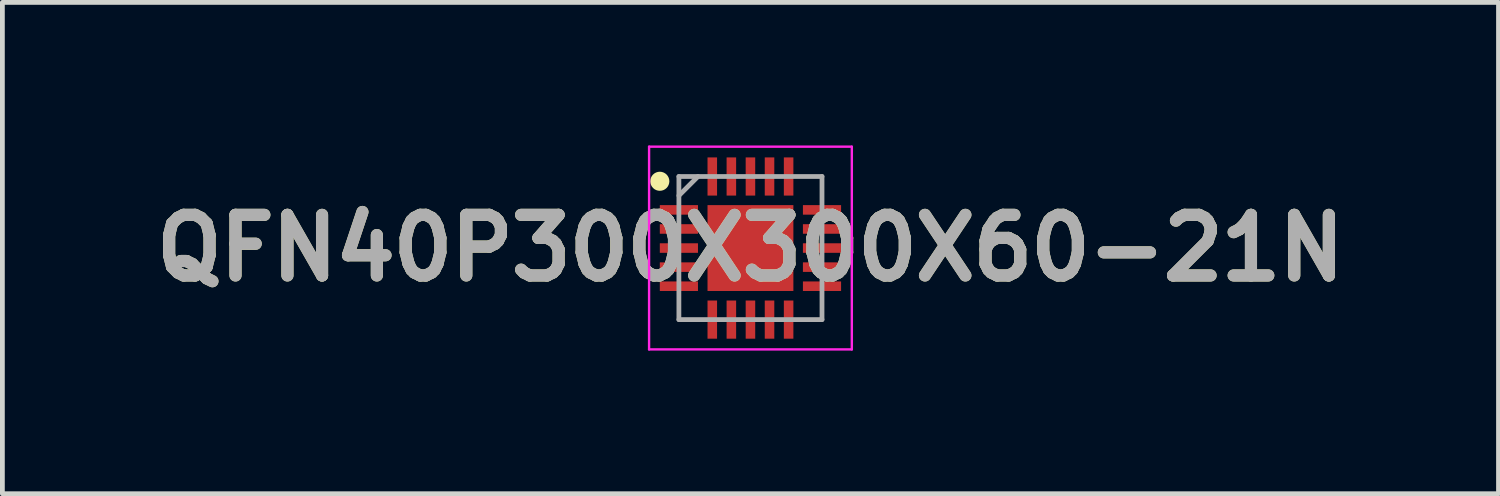
<source format=kicad_pcb>
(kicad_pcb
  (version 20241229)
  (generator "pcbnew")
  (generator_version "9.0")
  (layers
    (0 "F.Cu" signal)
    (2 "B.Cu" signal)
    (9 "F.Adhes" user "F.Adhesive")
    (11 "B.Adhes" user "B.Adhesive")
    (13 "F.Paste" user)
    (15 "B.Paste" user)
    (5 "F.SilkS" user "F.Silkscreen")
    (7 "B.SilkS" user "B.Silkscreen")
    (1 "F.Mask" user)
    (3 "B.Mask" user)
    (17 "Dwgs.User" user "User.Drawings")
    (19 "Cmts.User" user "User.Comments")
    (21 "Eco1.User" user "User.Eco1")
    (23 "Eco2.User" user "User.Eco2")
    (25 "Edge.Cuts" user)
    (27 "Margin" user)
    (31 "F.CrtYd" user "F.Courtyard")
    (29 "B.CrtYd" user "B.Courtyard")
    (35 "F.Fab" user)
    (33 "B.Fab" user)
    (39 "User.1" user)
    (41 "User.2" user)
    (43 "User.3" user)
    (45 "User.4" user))
  (footprint "QFN40P300X300X60-21N"
    (layer "F.Cu")
    (at 12.682 2.15)
    (property "Reference" "QFN40P300X300X60-21N" (at 0 0 0) (layer "F.SilkS") (effects (font (size 1.27 1.27) (thickness 0.254))))
    (attr smd)
    (fp_circle (center -1.9 -1.4) (end -1.9 -1.3) (stroke (width 0.2) (type solid)) (fill no) (layer "F.SilkS"))
    (fp_line (start -2.125 -2.125) (end 2.125 -2.125) (stroke (width 0.05) (type solid)) (layer "F.CrtYd"))
    (fp_line (start -2.125 2.125) (end -2.125 -2.125) (stroke (width 0.05) (type solid)) (layer "F.CrtYd"))
    (fp_line (start 2.125 -2.125) (end 2.125 2.125) (stroke (width 0.05) (type solid)) (layer "F.CrtYd"))
    (fp_line (start 2.125 2.125) (end -2.125 2.125) (stroke (width 0.05) (type solid)) (layer "F.CrtYd"))
    (fp_line (start -1.5 -1.5) (end 1.5 -1.5) (stroke (width 0.1) (type solid)) (layer "F.Fab"))
    (fp_line (start -1.5 -1.1) (end -1.1 -1.5) (stroke (width 0.1) (type solid)) (layer "F.Fab"))
    (fp_line (start -1.5 1.5) (end -1.5 -1.5) (stroke (width 0.1) (type solid)) (layer "F.Fab"))
    (fp_line (start 1.5 -1.5) (end 1.5 1.5) (stroke (width 0.1) (type solid)) (layer "F.Fab"))
    (fp_line (start 1.5 1.5) (end -1.5 1.5) (stroke (width 0.1) (type solid)) (layer "F.Fab"))
    (fp_text user "${REFERENCE}" (at 0 0 0) (layer "F.Fab") (effects (font (size 1.27 1.27) (thickness 0.254))))
    (pad "1" smd rect (at -1.5 -0.8 90) (size 0.2 0.8) (layers "F.Cu" "F.Mask" "F.Paste"))
    (pad "2" smd rect (at -1.5 -0.4 90) (size 0.2 0.8) (layers "F.Cu" "F.Mask" "F.Paste"))
    (pad "3" smd rect (at -1.5 0 90) (size 0.2 0.8) (layers "F.Cu" "F.Mask" "F.Paste"))
    (pad "4" smd rect (at -1.5 0.4 90) (size 0.2 0.8) (layers "F.Cu" "F.Mask" "F.Paste"))
    (pad "5" smd rect (at -1.5 0.8 90) (size 0.2 0.8) (layers "F.Cu" "F.Mask" "F.Paste"))
    (pad "6" smd rect (at -0.8 1.5) (size 0.2 0.8) (layers "F.Cu" "F.Mask" "F.Paste"))
    (pad "7" smd rect (at -0.4 1.5) (size 0.2 0.8) (layers "F.Cu" "F.Mask" "F.Paste"))
    (pad "8" smd rect (at 0 1.5) (size 0.2 0.8) (layers "F.Cu" "F.Mask" "F.Paste"))
    (pad "9" smd rect (at 0.4 1.5) (size 0.2 0.8) (layers "F.Cu" "F.Mask" "F.Paste"))
    (pad "10" smd rect (at 0.8 1.5) (size 0.2 0.8) (layers "F.Cu" "F.Mask" "F.Paste"))
    (pad "11" smd rect (at 1.5 0.8 90) (size 0.2 0.8) (layers "F.Cu" "F.Mask" "F.Paste"))
    (pad "12" smd rect (at 1.5 0.4 90) (size 0.2 0.8) (layers "F.Cu" "F.Mask" "F.Paste"))
    (pad "13" smd rect (at 1.5 0 90) (size 0.2 0.8) (layers "F.Cu" "F.Mask" "F.Paste"))
    (pad "14" smd rect (at 1.5 -0.4 90) (size 0.2 0.8) (layers "F.Cu" "F.Mask" "F.Paste"))
    (pad "15" smd rect (at 1.5 -0.8 90) (size 0.2 0.8) (layers "F.Cu" "F.Mask" "F.Paste"))
    (pad "16" smd rect (at 0.8 -1.5) (size 0.2 0.8) (layers "F.Cu" "F.Mask" "F.Paste"))
    (pad "17" smd rect (at 0.4 -1.5) (size 0.2 0.8) (layers "F.Cu" "F.Mask" "F.Paste"))
    (pad "18" smd rect (at 0 -1.5) (size 0.2 0.8) (layers "F.Cu" "F.Mask" "F.Paste"))
    (pad "19" smd rect (at -0.4 -1.5) (size 0.2 0.8) (layers "F.Cu" "F.Mask" "F.Paste"))
    (pad "20" smd rect (at -0.8 -1.5) (size 0.2 0.8) (layers "F.Cu" "F.Mask" "F.Paste"))
    (pad "21" smd rect (at 0 0) (size 1.8 1.8) (layers "F.Cu" "F.Mask" "F.Paste")))
  (gr_rect
    (start -3 -3)
    (end 28.364 7.3)
    (stroke (width 0.1) (type default))
    (fill no)
    (layer "Edge.Cuts")))
</source>
